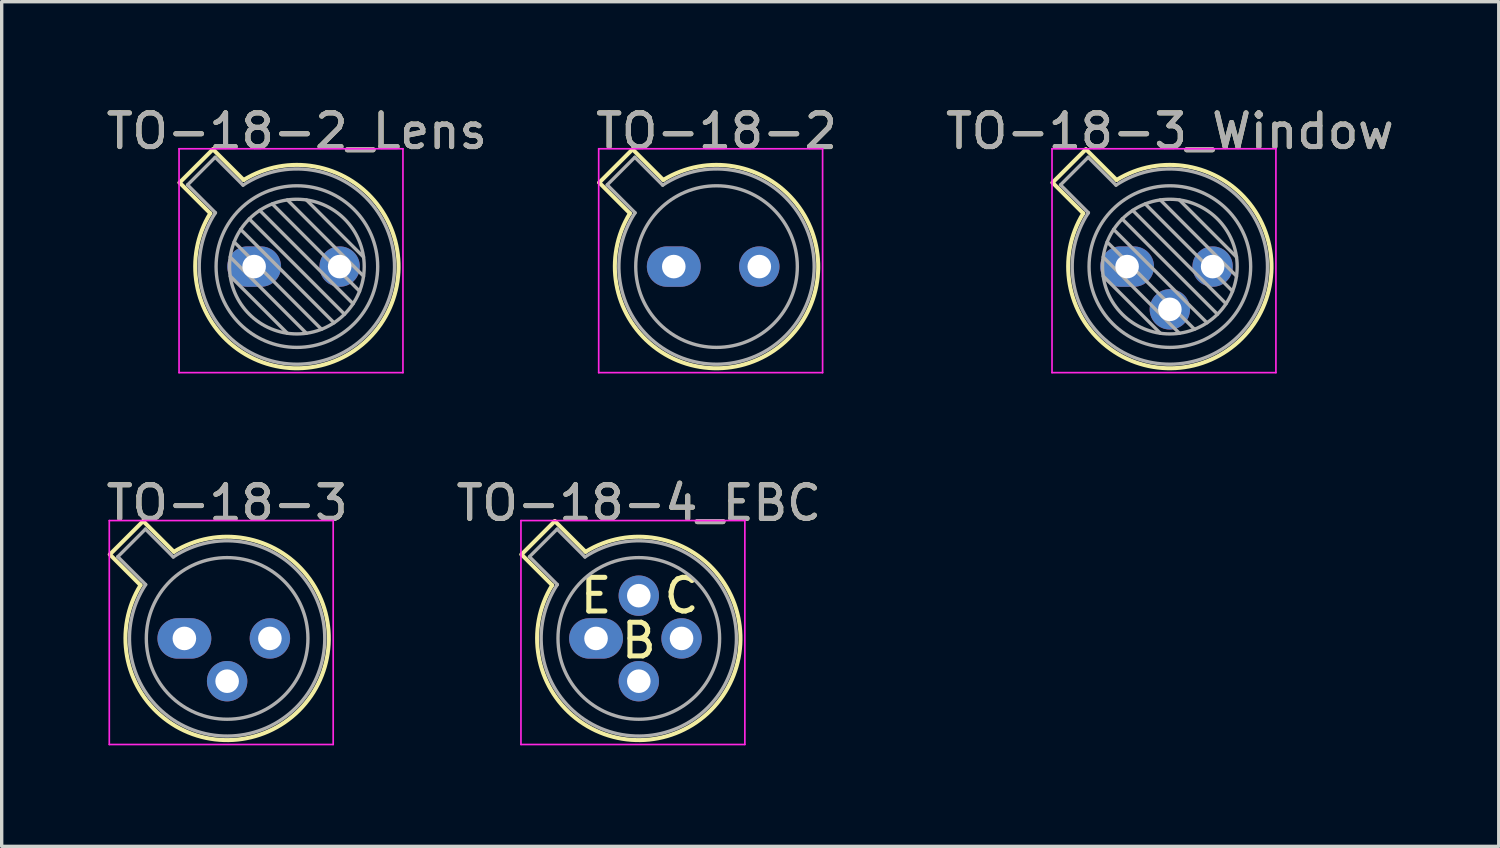
<source format=kicad_pcb>
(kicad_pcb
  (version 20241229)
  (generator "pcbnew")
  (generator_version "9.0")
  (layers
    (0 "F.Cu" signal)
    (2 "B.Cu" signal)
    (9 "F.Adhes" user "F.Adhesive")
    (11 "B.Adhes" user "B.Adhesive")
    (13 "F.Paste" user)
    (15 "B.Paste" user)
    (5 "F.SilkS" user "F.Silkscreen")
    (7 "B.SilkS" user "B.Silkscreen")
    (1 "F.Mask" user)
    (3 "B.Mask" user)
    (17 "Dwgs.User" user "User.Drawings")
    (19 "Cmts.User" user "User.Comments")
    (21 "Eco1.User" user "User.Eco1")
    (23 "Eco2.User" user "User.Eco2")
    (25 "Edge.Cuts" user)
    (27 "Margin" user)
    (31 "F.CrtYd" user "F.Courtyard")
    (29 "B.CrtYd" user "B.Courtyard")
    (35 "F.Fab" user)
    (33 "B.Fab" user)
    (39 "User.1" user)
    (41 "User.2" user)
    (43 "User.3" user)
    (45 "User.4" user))
  (footprint "TO-18-3_Window"
    (layer "F.Cu")
    (at 30.426 4.868)
    (property "Reference" "TO-18-3_Window" (at 1.27 -4.02 0) (layer "F.SilkS") (effects (font (size 1 1) (thickness 0.15))))
    (attr through_hole)
    (fp_line (start -2.214 -2.494) (end -1.302 -1.582) (stroke (width 0.12) (type solid)) (layer "F.SilkS"))
    (fp_line (start -1.224 -3.484) (end -2.214 -2.494) (stroke (width 0.12) (type solid)) (layer "F.SilkS"))
    (fp_line (start -0.312 -2.572) (end -1.224 -3.484) (stroke (width 0.12) (type solid)) (layer "F.SilkS"))
    (fp_arc (start -0.312331 -2.572281) (mid 3.405374 2.135551) (end -1.30215 -1.582544) (stroke (width 0.12) (type solid)) (layer "F.SilkS"))
    (fp_line (start -2.23 -3.5) (end -2.23 3.15) (stroke (width 0.05) (type solid)) (layer "F.CrtYd"))
    (fp_line (start -2.23 3.15) (end 4.42 3.15) (stroke (width 0.05) (type solid)) (layer "F.CrtYd"))
    (fp_line (start 4.42 -3.5) (end -2.23 -3.5) (stroke (width 0.05) (type solid)) (layer "F.CrtYd"))
    (fp_line (start 4.42 3.15) (end 4.42 -3.5) (stroke (width 0.05) (type solid)) (layer "F.CrtYd"))
    (fp_line (start -1.977 -2.426) (end -1.149 -1.599) (stroke (width 0.1) (type solid)) (layer "F.Fab"))
    (fp_line (start -1.156 -3.247) (end -1.977 -2.426) (stroke (width 0.1) (type solid)) (layer "F.Fab"))
    (fp_line (start -0.71 -0.283) (end 1.553 1.98) (stroke (width 0.1) (type solid)) (layer "F.Fab"))
    (fp_line (start -0.71 0.283) (end 0.987 1.98) (stroke (width 0.1) (type solid)) (layer "F.Fab"))
    (fp_line (start -0.592 -0.731) (end 2.001 1.862) (stroke (width 0.1) (type solid)) (layer "F.Fab"))
    (fp_line (start -0.399 -1.103) (end 2.373 1.669) (stroke (width 0.1) (type solid)) (layer "F.Fab"))
    (fp_line (start -0.329 -2.419) (end -1.156 -3.247) (stroke (width 0.1) (type solid)) (layer "F.Fab"))
    (fp_line (start -0.145 -1.415) (end 2.685 1.415) (stroke (width 0.1) (type solid)) (layer "F.Fab"))
    (fp_line (start 0.167 -1.669) (end 2.939 1.103) (stroke (width 0.1) (type solid)) (layer "F.Fab"))
    (fp_line (start 0.539 -1.862) (end 3.132 0.731) (stroke (width 0.1) (type solid)) (layer "F.Fab"))
    (fp_line (start 0.987 -1.98) (end 3.25 0.283) (stroke (width 0.1) (type solid)) (layer "F.Fab"))
    (fp_line (start 1.553 -1.98) (end 3.25 -0.283) (stroke (width 0.1) (type solid)) (layer "F.Fab"))
    (fp_arc (start -0.329057 -2.419301) (mid 3.321076 2.050143) (end -1.150029 -1.597956) (stroke (width 0.1) (type solid)) (layer "F.Fab"))
    (fp_circle (center 1.27 0) (end 3.27 0) (stroke (width 0.1) (type solid)) (fill no) (layer "F.Fab"))
    (fp_circle (center 1.27 0) (end 3.67 0) (stroke (width 0.1) (type solid)) (fill no) (layer "F.Fab"))
    (fp_text user "${REFERENCE}" (at 1.27 -4.02 0) (layer "F.Fab") (effects (font (size 1 1) (thickness 0.15))))
    (pad "1" thru_hole oval (at 0 0) (size 1.6 1.2) (drill 0.7) (layers "*.Cu" "*.Mask"))
    (pad "2" thru_hole oval (at 1.27 1.27) (size 1.2 1.2) (drill 0.7) (layers "*.Cu" "*.Mask"))
    (pad "3" thru_hole oval (at 2.54 0) (size 1.2 1.2) (drill 0.7) (layers "*.Cu" "*.Mask")))
  (footprint "TO-18-2_Lens"
    (layer "F.Cu")
    (at 4.498 4.868)
    (property "Reference" "TO-18-2_Lens" (at 1.27 -4.02 0) (layer "F.SilkS") (effects (font (size 1 1) (thickness 0.15))))
    (attr through_hole)
    (fp_line (start -2.214 -2.494) (end -1.302 -1.582) (stroke (width 0.12) (type solid)) (layer "F.SilkS"))
    (fp_line (start -1.224 -3.484) (end -2.214 -2.494) (stroke (width 0.12) (type solid)) (layer "F.SilkS"))
    (fp_line (start -0.312 -2.572) (end -1.224 -3.484) (stroke (width 0.12) (type solid)) (layer "F.SilkS"))
    (fp_arc (start -0.312331 -2.572281) (mid 3.405374 2.135551) (end -1.30215 -1.582544) (stroke (width 0.12) (type solid)) (layer "F.SilkS"))
    (fp_line (start -2.23 -3.5) (end -2.23 3.15) (stroke (width 0.05) (type solid)) (layer "F.CrtYd"))
    (fp_line (start -2.23 3.15) (end 4.42 3.15) (stroke (width 0.05) (type solid)) (layer "F.CrtYd"))
    (fp_line (start 4.42 -3.5) (end -2.23 -3.5) (stroke (width 0.05) (type solid)) (layer "F.CrtYd"))
    (fp_line (start 4.42 3.15) (end 4.42 -3.5) (stroke (width 0.05) (type solid)) (layer "F.CrtYd"))
    (fp_line (start -1.977 -2.426) (end -1.149 -1.599) (stroke (width 0.1) (type solid)) (layer "F.Fab"))
    (fp_line (start -1.156 -3.247) (end -1.977 -2.426) (stroke (width 0.1) (type solid)) (layer "F.Fab"))
    (fp_line (start -0.71 -0.283) (end 1.553 1.98) (stroke (width 0.1) (type solid)) (layer "F.Fab"))
    (fp_line (start -0.71 0.283) (end 0.987 1.98) (stroke (width 0.1) (type solid)) (layer "F.Fab"))
    (fp_line (start -0.592 -0.731) (end 2.001 1.862) (stroke (width 0.1) (type solid)) (layer "F.Fab"))
    (fp_line (start -0.399 -1.103) (end 2.373 1.669) (stroke (width 0.1) (type solid)) (layer "F.Fab"))
    (fp_line (start -0.329 -2.419) (end -1.156 -3.247) (stroke (width 0.1) (type solid)) (layer "F.Fab"))
    (fp_line (start -0.145 -1.415) (end 2.685 1.415) (stroke (width 0.1) (type solid)) (layer "F.Fab"))
    (fp_line (start 0.167 -1.669) (end 2.939 1.103) (stroke (width 0.1) (type solid)) (layer "F.Fab"))
    (fp_line (start 0.539 -1.862) (end 3.132 0.731) (stroke (width 0.1) (type solid)) (layer "F.Fab"))
    (fp_line (start 0.987 -1.98) (end 3.25 0.283) (stroke (width 0.1) (type solid)) (layer "F.Fab"))
    (fp_line (start 1.553 -1.98) (end 3.25 -0.283) (stroke (width 0.1) (type solid)) (layer "F.Fab"))
    (fp_arc (start -0.329057 -2.419301) (mid 3.321076 2.050143) (end -1.150029 -1.597956) (stroke (width 0.1) (type solid)) (layer "F.Fab"))
    (fp_circle (center 1.27 0) (end 3.27 0) (stroke (width 0.1) (type solid)) (fill no) (layer "F.Fab"))
    (fp_circle (center 1.27 0) (end 3.67 0) (stroke (width 0.1) (type solid)) (fill no) (layer "F.Fab"))
    (fp_text user "${REFERENCE}" (at 1.27 -4.02 0) (layer "F.Fab") (effects (font (size 1 1) (thickness 0.15))))
    (pad "1" thru_hole oval (at 0 0) (size 1.6 1.2) (drill 0.7) (layers "*.Cu" "*.Mask"))
    (pad "2" thru_hole oval (at 2.54 0) (size 1.2 1.2) (drill 0.7) (layers "*.Cu" "*.Mask")))
  (footprint "TO-18-4_EBC"
    (layer "F.Cu")
    (at 14.653 15.912)
    (property "Reference" "TO-18-4_EBC" (at 1.27 -4.02 0) (layer "F.SilkS") (effects (font (size 1 1) (thickness 0.15))))
    (attr through_hole)
    (fp_line (start -2.214 -2.494) (end -1.302 -1.582) (stroke (width 0.12) (type solid)) (layer "F.SilkS"))
    (fp_line (start -1.224 -3.484) (end -2.214 -2.494) (stroke (width 0.12) (type solid)) (layer "F.SilkS"))
    (fp_line (start -0.312 -2.572) (end -1.224 -3.484) (stroke (width 0.12) (type solid)) (layer "F.SilkS"))
    (fp_arc (start -0.312331 -2.572281) (mid 3.405374 2.135551) (end -1.30215 -1.582544) (stroke (width 0.12) (type solid)) (layer "F.SilkS"))
    (fp_line (start -2.23 -3.5) (end -2.23 3.15) (stroke (width 0.05) (type solid)) (layer "F.CrtYd"))
    (fp_line (start -2.23 3.15) (end 4.42 3.15) (stroke (width 0.05) (type solid)) (layer "F.CrtYd"))
    (fp_line (start 4.42 -3.5) (end -2.23 -3.5) (stroke (width 0.05) (type solid)) (layer "F.CrtYd"))
    (fp_line (start 4.42 3.15) (end 4.42 -3.5) (stroke (width 0.05) (type solid)) (layer "F.CrtYd"))
    (fp_line (start -1.977 -2.426) (end -1.149 -1.599) (stroke (width 0.1) (type solid)) (layer "F.Fab"))
    (fp_line (start -1.156 -3.247) (end -1.977 -2.426) (stroke (width 0.1) (type solid)) (layer "F.Fab"))
    (fp_line (start -0.329 -2.419) (end -1.156 -3.247) (stroke (width 0.1) (type solid)) (layer "F.Fab"))
    (fp_arc (start -0.329057 -2.419301) (mid 3.321076 2.050143) (end -1.150029 -1.597956) (stroke (width 0.1) (type solid)) (layer "F.Fab"))
    (fp_circle (center 1.27 0) (end 3.67 0) (stroke (width 0.1) (type solid)) (fill no) (layer "F.Fab"))
    (fp_text user "C" (at 2.54 -1.27 0) (layer "F.SilkS") (effects (font (size 1 1) (thickness 0.15))))
    (fp_text user "B" (at 1.27 0.064 0) (layer "F.SilkS") (effects (font (size 1 1) (thickness 0.15))))
    (fp_text user "E" (at 0 -1.27 0) (layer "F.SilkS") (effects (font (size 1 1) (thickness 0.15))))
    (fp_text user "${REFERENCE}" (at 1.27 -4.02 0) (layer "F.Fab") (effects (font (size 1 1) (thickness 0.15))))
    (pad "1" thru_hole oval (at 0 0) (size 1.6 1.2) (drill 0.7) (layers "*.Cu" "*.Mask"))
    (pad "2" thru_hole oval (at 1.27 1.27) (size 1.2 1.2) (drill 0.7) (layers "*.Cu" "*.Mask"))
    (pad "3" thru_hole oval (at 2.54 0) (size 1.2 1.2) (drill 0.7) (layers "*.Cu" "*.Mask"))
    (pad "4" thru_hole oval (at 1.27 -1.27) (size 1.2 1.2) (drill 0.7) (layers "*.Cu" "*.Mask")))
  (footprint "TO-18-3"
    (layer "F.Cu")
    (at 2.426 15.912)
    (property "Reference" "TO-18-3" (at 1.27 -4.02 0) (layer "F.SilkS") (effects (font (size 1 1) (thickness 0.15))))
    (attr through_hole)
    (fp_line (start -2.214 -2.494) (end -1.302 -1.582) (stroke (width 0.12) (type solid)) (layer "F.SilkS"))
    (fp_line (start -1.224 -3.484) (end -2.214 -2.494) (stroke (width 0.12) (type solid)) (layer "F.SilkS"))
    (fp_line (start -0.312 -2.572) (end -1.224 -3.484) (stroke (width 0.12) (type solid)) (layer "F.SilkS"))
    (fp_arc (start -0.312331 -2.572281) (mid 3.405374 2.135551) (end -1.30215 -1.582544) (stroke (width 0.12) (type solid)) (layer "F.SilkS"))
    (fp_line (start -2.23 -3.5) (end -2.23 3.15) (stroke (width 0.05) (type solid)) (layer "F.CrtYd"))
    (fp_line (start -2.23 3.15) (end 4.42 3.15) (stroke (width 0.05) (type solid)) (layer "F.CrtYd"))
    (fp_line (start 4.42 -3.5) (end -2.23 -3.5) (stroke (width 0.05) (type solid)) (layer "F.CrtYd"))
    (fp_line (start 4.42 3.15) (end 4.42 -3.5) (stroke (width 0.05) (type solid)) (layer "F.CrtYd"))
    (fp_line (start -1.977 -2.426) (end -1.149 -1.599) (stroke (width 0.1) (type solid)) (layer "F.Fab"))
    (fp_line (start -1.156 -3.247) (end -1.977 -2.426) (stroke (width 0.1) (type solid)) (layer "F.Fab"))
    (fp_line (start -0.329 -2.419) (end -1.156 -3.247) (stroke (width 0.1) (type solid)) (layer "F.Fab"))
    (fp_arc (start -0.329057 -2.419301) (mid 3.321076 2.050143) (end -1.150029 -1.597956) (stroke (width 0.1) (type solid)) (layer "F.Fab"))
    (fp_circle (center 1.27 0) (end 3.67 0) (stroke (width 0.1) (type solid)) (fill no) (layer "F.Fab"))
    (fp_text user "${REFERENCE}" (at 1.27 -4.02 0) (layer "F.Fab") (effects (font (size 1 1) (thickness 0.15))))
    (pad "1" thru_hole oval (at 0 0) (size 1.6 1.2) (drill 0.7) (layers "*.Cu" "*.Mask"))
    (pad "2" thru_hole oval (at 1.27 1.27) (size 1.2 1.2) (drill 0.7) (layers "*.Cu" "*.Mask"))
    (pad "3" thru_hole oval (at 2.54 0) (size 1.2 1.2) (drill 0.7) (layers "*.Cu" "*.Mask")))
  (footprint "TO-18-2"
    (layer "F.Cu")
    (at 16.962 4.868)
    (property "Reference" "TO-18-2" (at 1.27 -4.02 0) (layer "F.SilkS") (effects (font (size 1 1) (thickness 0.15))))
    (attr through_hole)
    (fp_line (start -2.214 -2.494) (end -1.302 -1.582) (stroke (width 0.12) (type solid)) (layer "F.SilkS"))
    (fp_line (start -1.224 -3.484) (end -2.214 -2.494) (stroke (width 0.12) (type solid)) (layer "F.SilkS"))
    (fp_line (start -0.312 -2.572) (end -1.224 -3.484) (stroke (width 0.12) (type solid)) (layer "F.SilkS"))
    (fp_arc (start -0.312331 -2.572281) (mid 3.405374 2.135551) (end -1.30215 -1.582544) (stroke (width 0.12) (type solid)) (layer "F.SilkS"))
    (fp_line (start -2.23 -3.5) (end -2.23 3.15) (stroke (width 0.05) (type solid)) (layer "F.CrtYd"))
    (fp_line (start -2.23 3.15) (end 4.42 3.15) (stroke (width 0.05) (type solid)) (layer "F.CrtYd"))
    (fp_line (start 4.42 -3.5) (end -2.23 -3.5) (stroke (width 0.05) (type solid)) (layer "F.CrtYd"))
    (fp_line (start 4.42 3.15) (end 4.42 -3.5) (stroke (width 0.05) (type solid)) (layer "F.CrtYd"))
    (fp_line (start -1.977 -2.426) (end -1.149 -1.599) (stroke (width 0.1) (type solid)) (layer "F.Fab"))
    (fp_line (start -1.156 -3.247) (end -1.977 -2.426) (stroke (width 0.1) (type solid)) (layer "F.Fab"))
    (fp_line (start -0.329 -2.419) (end -1.156 -3.247) (stroke (width 0.1) (type solid)) (layer "F.Fab"))
    (fp_arc (start -0.329057 -2.419301) (mid 3.321076 2.050143) (end -1.150029 -1.597956) (stroke (width 0.1) (type solid)) (layer "F.Fab"))
    (fp_circle (center 1.27 0) (end 3.67 0) (stroke (width 0.1) (type solid)) (fill no) (layer "F.Fab"))
    (fp_text user "${REFERENCE}" (at 1.27 -4.02 0) (layer "F.Fab") (effects (font (size 1 1) (thickness 0.15))))
    (pad "1" thru_hole oval (at 0 0) (size 1.6 1.2) (drill 0.7) (layers "*.Cu" "*.Mask"))
    (pad "2" thru_hole oval (at 2.54 0) (size 1.2 1.2) (drill 0.7) (layers "*.Cu" "*.Mask")))
  (gr_rect
    (start -3 -3)
    (end 41.464 22.087)
    (stroke (width 0.1) (type default))
    (fill no)
    (layer "Edge.Cuts")))
</source>
